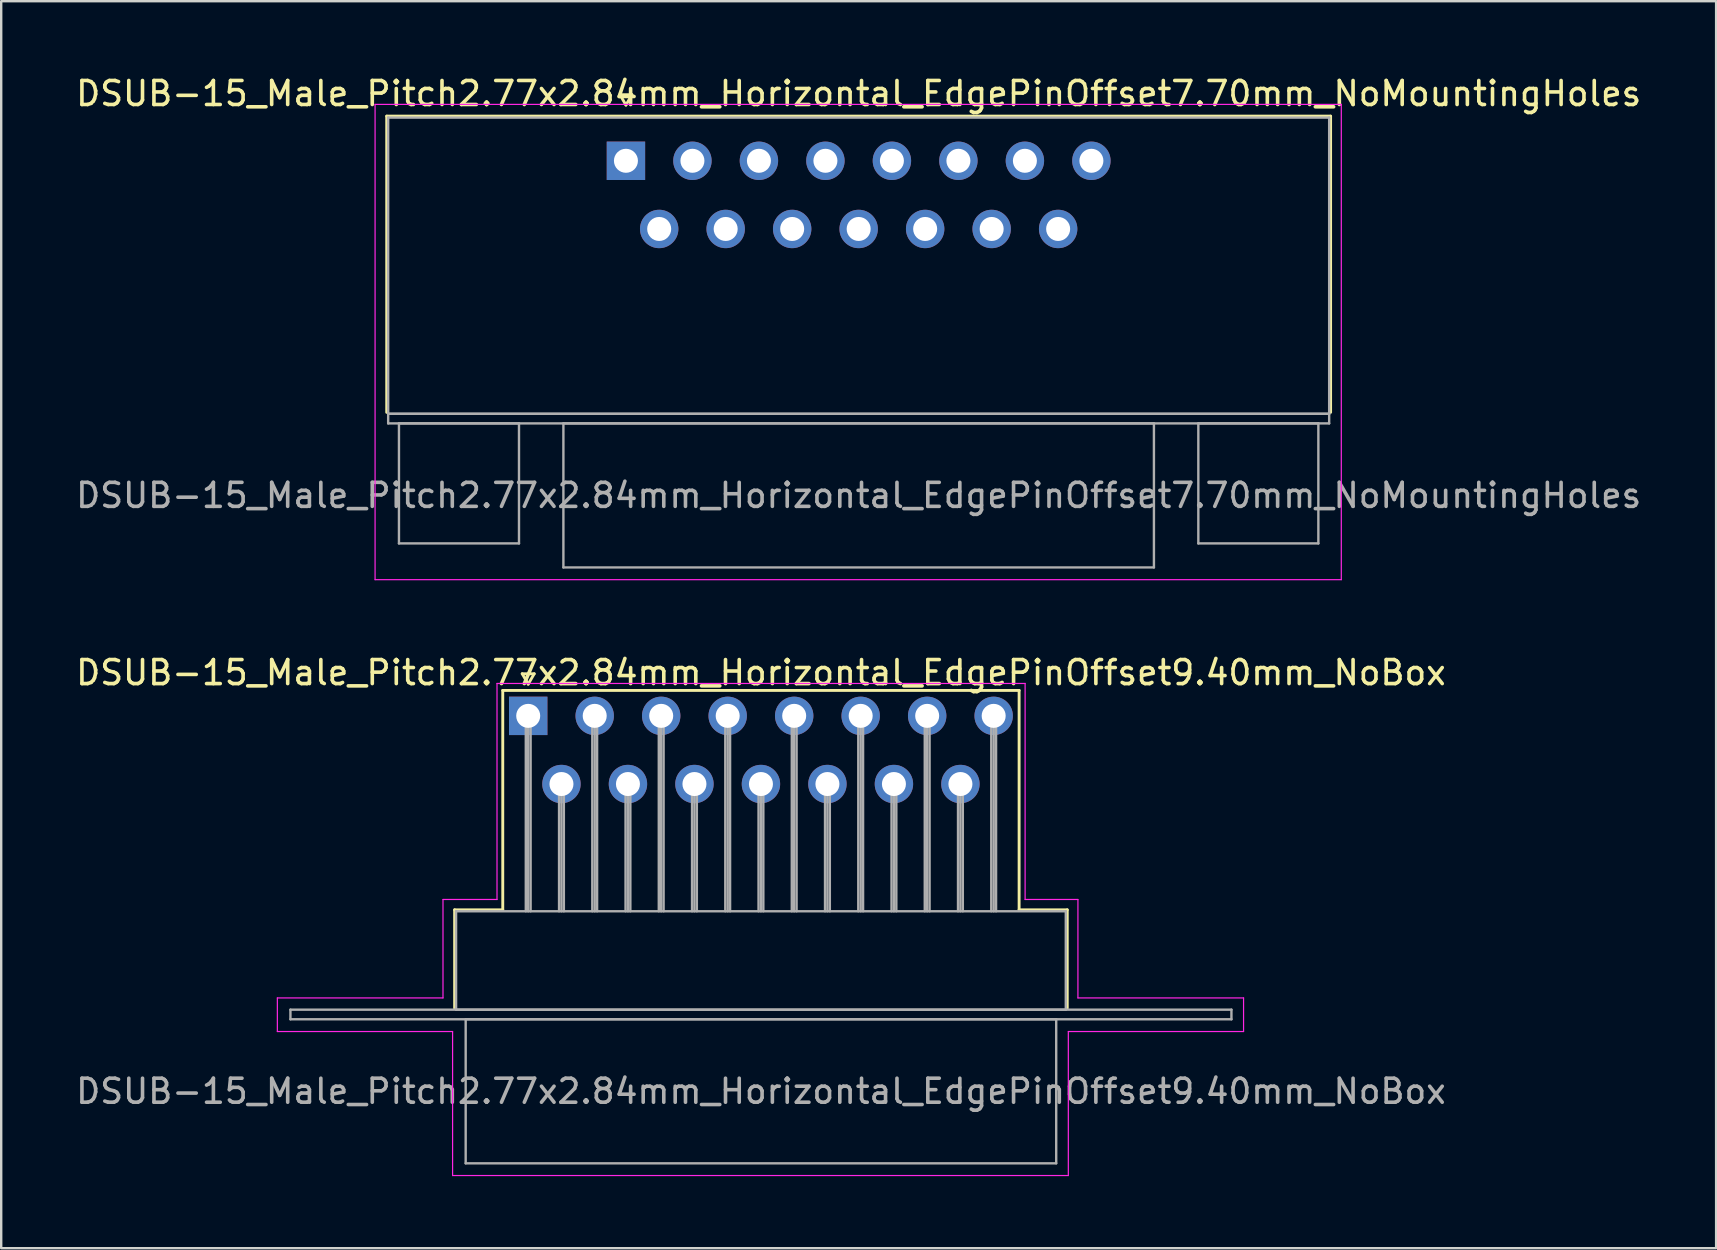
<source format=kicad_pcb>
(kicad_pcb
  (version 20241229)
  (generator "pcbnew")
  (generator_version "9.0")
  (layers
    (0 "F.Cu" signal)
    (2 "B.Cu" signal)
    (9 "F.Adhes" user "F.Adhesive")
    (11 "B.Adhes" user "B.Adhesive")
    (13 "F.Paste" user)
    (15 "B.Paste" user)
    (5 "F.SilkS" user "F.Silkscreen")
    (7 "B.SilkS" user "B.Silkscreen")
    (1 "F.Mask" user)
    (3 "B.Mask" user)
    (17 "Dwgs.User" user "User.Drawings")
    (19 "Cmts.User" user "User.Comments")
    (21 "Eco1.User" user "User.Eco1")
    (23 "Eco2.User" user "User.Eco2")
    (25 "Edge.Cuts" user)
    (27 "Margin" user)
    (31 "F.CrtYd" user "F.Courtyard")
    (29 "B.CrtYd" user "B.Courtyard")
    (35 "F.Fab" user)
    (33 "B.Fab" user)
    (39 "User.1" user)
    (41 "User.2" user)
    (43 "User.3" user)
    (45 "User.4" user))
  (footprint "DSUB-15_Male_Pitch2.77x2.84mm_Horizontal_EdgePinOffset9.40mm_NoBox"
    (layer "F.Cu")
    (at 18.954 26.771)
    (property "Reference" "DSUB-15_Male_Pitch2.77x2.84mm_Horizontal_EdgePinOffset9.40mm_NoBox" (at 9.695 -1.8 0) (layer "F.SilkS") (effects (font (size 1 1) (thickness 0.15))))
    (attr through_hole)
    (fp_line (start -3.065 8.08) (end -1.06 8.08) (stroke (width 0.12) (type solid)) (layer "F.SilkS"))
    (fp_line (start -3.065 12.18) (end -3.065 8.08) (stroke (width 0.12) (type solid)) (layer "F.SilkS"))
    (fp_line (start -1.06 -1.06) (end 20.45 -1.06) (stroke (width 0.12) (type solid)) (layer "F.SilkS"))
    (fp_line (start -1.06 8.08) (end -1.06 -1.06) (stroke (width 0.12) (type solid)) (layer "F.SilkS"))
    (fp_line (start -0.25 -1.754) (end 0.25 -1.754) (stroke (width 0.12) (type solid)) (layer "F.SilkS"))
    (fp_line (start 0 -1.321) (end -0.25 -1.754) (stroke (width 0.12) (type solid)) (layer "F.SilkS"))
    (fp_line (start 0.25 -1.754) (end 0 -1.321) (stroke (width 0.12) (type solid)) (layer "F.SilkS"))
    (fp_line (start 20.45 -1.06) (end 20.45 8.08) (stroke (width 0.12) (type solid)) (layer "F.SilkS"))
    (fp_line (start 20.45 8.08) (end 22.455 8.08) (stroke (width 0.12) (type solid)) (layer "F.SilkS"))
    (fp_line (start 22.455 8.08) (end 22.455 12.18) (stroke (width 0.12) (type solid)) (layer "F.SilkS"))
    (fp_line (start -10.45 11.75) (end -3.55 11.75) (stroke (width 0.05) (type solid)) (layer "F.CrtYd"))
    (fp_line (start -10.45 13.15) (end -10.45 11.75) (stroke (width 0.05) (type solid)) (layer "F.CrtYd"))
    (fp_line (start -3.55 7.65) (end -1.3 7.65) (stroke (width 0.05) (type solid)) (layer "F.CrtYd"))
    (fp_line (start -3.55 11.75) (end -3.55 7.65) (stroke (width 0.05) (type solid)) (layer "F.CrtYd"))
    (fp_line (start -3.15 13.15) (end -10.45 13.15) (stroke (width 0.05) (type solid)) (layer "F.CrtYd"))
    (fp_line (start -3.15 19.15) (end -3.15 13.15) (stroke (width 0.05) (type solid)) (layer "F.CrtYd"))
    (fp_line (start -1.3 -1.35) (end 20.7 -1.35) (stroke (width 0.05) (type solid)) (layer "F.CrtYd"))
    (fp_line (start -1.3 7.65) (end -1.3 -1.35) (stroke (width 0.05) (type solid)) (layer "F.CrtYd"))
    (fp_line (start 20.7 -1.35) (end 20.7 7.65) (stroke (width 0.05) (type solid)) (layer "F.CrtYd"))
    (fp_line (start 20.7 7.65) (end 22.9 7.65) (stroke (width 0.05) (type solid)) (layer "F.CrtYd"))
    (fp_line (start 22.5 13.15) (end 22.5 19.15) (stroke (width 0.05) (type solid)) (layer "F.CrtYd"))
    (fp_line (start 22.5 19.15) (end -3.15 19.15) (stroke (width 0.05) (type solid)) (layer "F.CrtYd"))
    (fp_line (start 22.9 7.65) (end 22.9 11.75) (stroke (width 0.05) (type solid)) (layer "F.CrtYd"))
    (fp_line (start 22.9 11.75) (end 29.8 11.75) (stroke (width 0.05) (type solid)) (layer "F.CrtYd"))
    (fp_line (start 29.8 11.75) (end 29.8 13.15) (stroke (width 0.05) (type solid)) (layer "F.CrtYd"))
    (fp_line (start 29.8 13.15) (end 22.5 13.15) (stroke (width 0.05) (type solid)) (layer "F.CrtYd"))
    (fp_line (start -9.905 12.24) (end -9.905 12.64) (stroke (width 0.1) (type solid)) (layer "F.Fab"))
    (fp_line (start -9.905 12.64) (end 29.295 12.64) (stroke (width 0.1) (type solid)) (layer "F.Fab"))
    (fp_line (start -3.005 8.14) (end -3.005 12.24) (stroke (width 0.1) (type solid)) (layer "F.Fab"))
    (fp_line (start -3.005 12.24) (end 22.395 12.24) (stroke (width 0.1) (type solid)) (layer "F.Fab"))
    (fp_line (start -2.605 12.64) (end -2.605 18.64) (stroke (width 0.1) (type solid)) (layer "F.Fab"))
    (fp_line (start -2.605 18.64) (end 21.995 18.64) (stroke (width 0.1) (type solid)) (layer "F.Fab"))
    (fp_line (start -0.1 0) (end -0.1 8.14) (stroke (width 0.1) (type solid)) (layer "F.Fab"))
    (fp_line (start 0 0) (end 0 8.14) (stroke (width 0.1) (type solid)) (layer "F.Fab"))
    (fp_line (start 0.1 0) (end 0.1 8.14) (stroke (width 0.1) (type solid)) (layer "F.Fab"))
    (fp_line (start 1.285 2.84) (end 1.285 8.14) (stroke (width 0.1) (type solid)) (layer "F.Fab"))
    (fp_line (start 1.385 2.84) (end 1.385 8.14) (stroke (width 0.1) (type solid)) (layer "F.Fab"))
    (fp_line (start 1.485 2.84) (end 1.485 8.14) (stroke (width 0.1) (type solid)) (layer "F.Fab"))
    (fp_line (start 2.67 0) (end 2.67 8.14) (stroke (width 0.1) (type solid)) (layer "F.Fab"))
    (fp_line (start 2.77 0) (end 2.77 8.14) (stroke (width 0.1) (type solid)) (layer "F.Fab"))
    (fp_line (start 2.87 0) (end 2.87 8.14) (stroke (width 0.1) (type solid)) (layer "F.Fab"))
    (fp_line (start 4.055 2.84) (end 4.055 8.14) (stroke (width 0.1) (type solid)) (layer "F.Fab"))
    (fp_line (start 4.155 2.84) (end 4.155 8.14) (stroke (width 0.1) (type solid)) (layer "F.Fab"))
    (fp_line (start 4.255 2.84) (end 4.255 8.14) (stroke (width 0.1) (type solid)) (layer "F.Fab"))
    (fp_line (start 5.44 0) (end 5.44 8.14) (stroke (width 0.1) (type solid)) (layer "F.Fab"))
    (fp_line (start 5.54 0) (end 5.54 8.14) (stroke (width 0.1) (type solid)) (layer "F.Fab"))
    (fp_line (start 5.64 0) (end 5.64 8.14) (stroke (width 0.1) (type solid)) (layer "F.Fab"))
    (fp_line (start 6.825 2.84) (end 6.825 8.14) (stroke (width 0.1) (type solid)) (layer "F.Fab"))
    (fp_line (start 6.925 2.84) (end 6.925 8.14) (stroke (width 0.1) (type solid)) (layer "F.Fab"))
    (fp_line (start 7.025 2.84) (end 7.025 8.14) (stroke (width 0.1) (type solid)) (layer "F.Fab"))
    (fp_line (start 8.21 0) (end 8.21 8.14) (stroke (width 0.1) (type solid)) (layer "F.Fab"))
    (fp_line (start 8.31 0) (end 8.31 8.14) (stroke (width 0.1) (type solid)) (layer "F.Fab"))
    (fp_line (start 8.41 0) (end 8.41 8.14) (stroke (width 0.1) (type solid)) (layer "F.Fab"))
    (fp_line (start 9.595 2.84) (end 9.595 8.14) (stroke (width 0.1) (type solid)) (layer "F.Fab"))
    (fp_line (start 9.695 2.84) (end 9.695 8.14) (stroke (width 0.1) (type solid)) (layer "F.Fab"))
    (fp_line (start 9.795 2.84) (end 9.795 8.14) (stroke (width 0.1) (type solid)) (layer "F.Fab"))
    (fp_line (start 10.98 0) (end 10.98 8.14) (stroke (width 0.1) (type solid)) (layer "F.Fab"))
    (fp_line (start 11.08 0) (end 11.08 8.14) (stroke (width 0.1) (type solid)) (layer "F.Fab"))
    (fp_line (start 11.18 0) (end 11.18 8.14) (stroke (width 0.1) (type solid)) (layer "F.Fab"))
    (fp_line (start 12.365 2.84) (end 12.365 8.14) (stroke (width 0.1) (type solid)) (layer "F.Fab"))
    (fp_line (start 12.465 2.84) (end 12.465 8.14) (stroke (width 0.1) (type solid)) (layer "F.Fab"))
    (fp_line (start 12.565 2.84) (end 12.565 8.14) (stroke (width 0.1) (type solid)) (layer "F.Fab"))
    (fp_line (start 13.75 0) (end 13.75 8.14) (stroke (width 0.1) (type solid)) (layer "F.Fab"))
    (fp_line (start 13.85 0) (end 13.85 8.14) (stroke (width 0.1) (type solid)) (layer "F.Fab"))
    (fp_line (start 13.95 0) (end 13.95 8.14) (stroke (width 0.1) (type solid)) (layer "F.Fab"))
    (fp_line (start 15.135 2.84) (end 15.135 8.14) (stroke (width 0.1) (type solid)) (layer "F.Fab"))
    (fp_line (start 15.235 2.84) (end 15.235 8.14) (stroke (width 0.1) (type solid)) (layer "F.Fab"))
    (fp_line (start 15.335 2.84) (end 15.335 8.14) (stroke (width 0.1) (type solid)) (layer "F.Fab"))
    (fp_line (start 16.52 0) (end 16.52 8.14) (stroke (width 0.1) (type solid)) (layer "F.Fab"))
    (fp_line (start 16.62 0) (end 16.62 8.14) (stroke (width 0.1) (type solid)) (layer "F.Fab"))
    (fp_line (start 16.72 0) (end 16.72 8.14) (stroke (width 0.1) (type solid)) (layer "F.Fab"))
    (fp_line (start 17.905 2.84) (end 17.905 8.14) (stroke (width 0.1) (type solid)) (layer "F.Fab"))
    (fp_line (start 18.005 2.84) (end 18.005 8.14) (stroke (width 0.1) (type solid)) (layer "F.Fab"))
    (fp_line (start 18.105 2.84) (end 18.105 8.14) (stroke (width 0.1) (type solid)) (layer "F.Fab"))
    (fp_line (start 19.29 0) (end 19.29 8.14) (stroke (width 0.1) (type solid)) (layer "F.Fab"))
    (fp_line (start 19.39 0) (end 19.39 8.14) (stroke (width 0.1) (type solid)) (layer "F.Fab"))
    (fp_line (start 19.49 0) (end 19.49 8.14) (stroke (width 0.1) (type solid)) (layer "F.Fab"))
    (fp_line (start 21.995 12.64) (end -2.605 12.64) (stroke (width 0.1) (type solid)) (layer "F.Fab"))
    (fp_line (start 21.995 18.64) (end 21.995 12.64) (stroke (width 0.1) (type solid)) (layer "F.Fab"))
    (fp_line (start 22.395 8.14) (end -3.005 8.14) (stroke (width 0.1) (type solid)) (layer "F.Fab"))
    (fp_line (start 22.395 12.24) (end 22.395 8.14) (stroke (width 0.1) (type solid)) (layer "F.Fab"))
    (fp_line (start 29.295 12.24) (end -9.905 12.24) (stroke (width 0.1) (type solid)) (layer "F.Fab"))
    (fp_line (start 29.295 12.64) (end 29.295 12.24) (stroke (width 0.1) (type solid)) (layer "F.Fab"))
    (fp_text user "${REFERENCE}" (at 9.695 15.64 0) (layer "F.Fab") (effects (font (size 1 1) (thickness 0.15))))
    (pad "1" thru_hole rect (at 0 0) (size 1.6 1.6) (drill 1) (layers "*.Cu" "*.Mask"))
    (pad "2" thru_hole circle (at 2.77 0) (size 1.6 1.6) (drill 1) (layers "*.Cu" "*.Mask"))
    (pad "3" thru_hole circle (at 5.54 0) (size 1.6 1.6) (drill 1) (layers "*.Cu" "*.Mask"))
    (pad "4" thru_hole circle (at 8.31 0) (size 1.6 1.6) (drill 1) (layers "*.Cu" "*.Mask"))
    (pad "5" thru_hole circle (at 11.08 0) (size 1.6 1.6) (drill 1) (layers "*.Cu" "*.Mask"))
    (pad "6" thru_hole circle (at 13.85 0) (size 1.6 1.6) (drill 1) (layers "*.Cu" "*.Mask"))
    (pad "7" thru_hole circle (at 16.62 0) (size 1.6 1.6) (drill 1) (layers "*.Cu" "*.Mask"))
    (pad "8" thru_hole circle (at 19.39 0) (size 1.6 1.6) (drill 1) (layers "*.Cu" "*.Mask"))
    (pad "9" thru_hole circle (at 1.385 2.84) (size 1.6 1.6) (drill 1) (layers "*.Cu" "*.Mask"))
    (pad "10" thru_hole circle (at 4.155 2.84) (size 1.6 1.6) (drill 1) (layers "*.Cu" "*.Mask"))
    (pad "11" thru_hole circle (at 6.925 2.84) (size 1.6 1.6) (drill 1) (layers "*.Cu" "*.Mask"))
    (pad "12" thru_hole circle (at 9.695 2.84) (size 1.6 1.6) (drill 1) (layers "*.Cu" "*.Mask"))
    (pad "13" thru_hole circle (at 12.465 2.84) (size 1.6 1.6) (drill 1) (layers "*.Cu" "*.Mask"))
    (pad "14" thru_hole circle (at 15.235 2.84) (size 1.6 1.6) (drill 1) (layers "*.Cu" "*.Mask"))
    (pad "15" thru_hole circle (at 18.005 2.84) (size 1.6 1.6) (drill 1) (layers "*.Cu" "*.Mask")))
  (footprint "DSUB-15_Male_Pitch2.77x2.84mm_Horizontal_EdgePinOffset7.70mm_NoMountingHoles"
    (layer "F.Cu")
    (at 23.025 3.648)
    (property "Reference" "DSUB-15_Male_Pitch2.77x2.84mm_Horizontal_EdgePinOffset7.70mm_NoMountingHoles" (at 9.695 -2.8 0) (layer "F.SilkS") (effects (font (size 1 1) (thickness 0.15))))
    (attr through_hole)
    (fp_line (start -9.965 -1.86) (end 29.355 -1.86) (stroke (width 0.12) (type solid)) (layer "F.SilkS"))
    (fp_line (start -9.965 10.48) (end -9.965 -1.86) (stroke (width 0.12) (type solid)) (layer "F.SilkS"))
    (fp_line (start -0.25 -2.754) (end 0.25 -2.754) (stroke (width 0.12) (type solid)) (layer "F.SilkS"))
    (fp_line (start 0 -2.321) (end -0.25 -2.754) (stroke (width 0.12) (type solid)) (layer "F.SilkS"))
    (fp_line (start 0.25 -2.754) (end 0 -2.321) (stroke (width 0.12) (type solid)) (layer "F.SilkS"))
    (fp_line (start 29.355 -1.86) (end 29.355 10.48) (stroke (width 0.12) (type solid)) (layer "F.SilkS"))
    (fp_line (start -10.45 -2.35) (end -10.45 17.45) (stroke (width 0.05) (type solid)) (layer "F.CrtYd"))
    (fp_line (start -10.45 17.45) (end 29.8 17.45) (stroke (width 0.05) (type solid)) (layer "F.CrtYd"))
    (fp_line (start 29.8 -2.35) (end -10.45 -2.35) (stroke (width 0.05) (type solid)) (layer "F.CrtYd"))
    (fp_line (start 29.8 17.45) (end 29.8 -2.35) (stroke (width 0.05) (type solid)) (layer "F.CrtYd"))
    (fp_line (start -9.905 -1.8) (end -9.905 10.54) (stroke (width 0.1) (type solid)) (layer "F.Fab"))
    (fp_line (start -9.905 10.54) (end -9.905 10.94) (stroke (width 0.1) (type solid)) (layer "F.Fab"))
    (fp_line (start -9.905 10.54) (end 29.295 10.54) (stroke (width 0.1) (type solid)) (layer "F.Fab"))
    (fp_line (start -9.905 10.94) (end 29.295 10.94) (stroke (width 0.1) (type solid)) (layer "F.Fab"))
    (fp_line (start -9.455 10.94) (end -9.455 15.94) (stroke (width 0.1) (type solid)) (layer "F.Fab"))
    (fp_line (start -9.455 15.94) (end -4.455 15.94) (stroke (width 0.1) (type solid)) (layer "F.Fab"))
    (fp_line (start -4.455 10.94) (end -9.455 10.94) (stroke (width 0.1) (type solid)) (layer "F.Fab"))
    (fp_line (start -4.455 15.94) (end -4.455 10.94) (stroke (width 0.1) (type solid)) (layer "F.Fab"))
    (fp_line (start -2.605 10.94) (end -2.605 16.94) (stroke (width 0.1) (type solid)) (layer "F.Fab"))
    (fp_line (start -2.605 16.94) (end 21.995 16.94) (stroke (width 0.1) (type solid)) (layer "F.Fab"))
    (fp_line (start 21.995 10.94) (end -2.605 10.94) (stroke (width 0.1) (type solid)) (layer "F.Fab"))
    (fp_line (start 21.995 16.94) (end 21.995 10.94) (stroke (width 0.1) (type solid)) (layer "F.Fab"))
    (fp_line (start 23.845 10.94) (end 23.845 15.94) (stroke (width 0.1) (type solid)) (layer "F.Fab"))
    (fp_line (start 23.845 15.94) (end 28.845 15.94) (stroke (width 0.1) (type solid)) (layer "F.Fab"))
    (fp_line (start 28.845 10.94) (end 23.845 10.94) (stroke (width 0.1) (type solid)) (layer "F.Fab"))
    (fp_line (start 28.845 15.94) (end 28.845 10.94) (stroke (width 0.1) (type solid)) (layer "F.Fab"))
    (fp_line (start 29.295 -1.8) (end -9.905 -1.8) (stroke (width 0.1) (type solid)) (layer "F.Fab"))
    (fp_line (start 29.295 10.54) (end -9.905 10.54) (stroke (width 0.1) (type solid)) (layer "F.Fab"))
    (fp_line (start 29.295 10.54) (end 29.295 -1.8) (stroke (width 0.1) (type solid)) (layer "F.Fab"))
    (fp_line (start 29.295 10.94) (end 29.295 10.54) (stroke (width 0.1) (type solid)) (layer "F.Fab"))
    (fp_text user "${REFERENCE}" (at 9.695 13.94 0) (layer "F.Fab") (effects (font (size 1 1) (thickness 0.15))))
    (pad "1" thru_hole rect (at 0 0) (size 1.6 1.6) (drill 1) (layers "*.Cu" "*.Mask"))
    (pad "2" thru_hole circle (at 2.77 0) (size 1.6 1.6) (drill 1) (layers "*.Cu" "*.Mask"))
    (pad "3" thru_hole circle (at 5.54 0) (size 1.6 1.6) (drill 1) (layers "*.Cu" "*.Mask"))
    (pad "4" thru_hole circle (at 8.31 0) (size 1.6 1.6) (drill 1) (layers "*.Cu" "*.Mask"))
    (pad "5" thru_hole circle (at 11.08 0) (size 1.6 1.6) (drill 1) (layers "*.Cu" "*.Mask"))
    (pad "6" thru_hole circle (at 13.85 0) (size 1.6 1.6) (drill 1) (layers "*.Cu" "*.Mask"))
    (pad "7" thru_hole circle (at 16.62 0) (size 1.6 1.6) (drill 1) (layers "*.Cu" "*.Mask"))
    (pad "8" thru_hole circle (at 19.39 0) (size 1.6 1.6) (drill 1) (layers "*.Cu" "*.Mask"))
    (pad "9" thru_hole circle (at 1.385 2.84) (size 1.6 1.6) (drill 1) (layers "*.Cu" "*.Mask"))
    (pad "10" thru_hole circle (at 4.155 2.84) (size 1.6 1.6) (drill 1) (layers "*.Cu" "*.Mask"))
    (pad "11" thru_hole circle (at 6.925 2.84) (size 1.6 1.6) (drill 1) (layers "*.Cu" "*.Mask"))
    (pad "12" thru_hole circle (at 9.695 2.84) (size 1.6 1.6) (drill 1) (layers "*.Cu" "*.Mask"))
    (pad "13" thru_hole circle (at 12.465 2.84) (size 1.6 1.6) (drill 1) (layers "*.Cu" "*.Mask"))
    (pad "14" thru_hole circle (at 15.235 2.84) (size 1.6 1.6) (drill 1) (layers "*.Cu" "*.Mask"))
    (pad "15" thru_hole circle (at 18.005 2.84) (size 1.6 1.6) (drill 1) (layers "*.Cu" "*.Mask")))
  (gr_rect
    (start -3 -3)
    (end 68.44 48.947)
    (stroke (width 0.1) (type default))
    (fill no)
    (layer "Edge.Cuts")))
</source>
